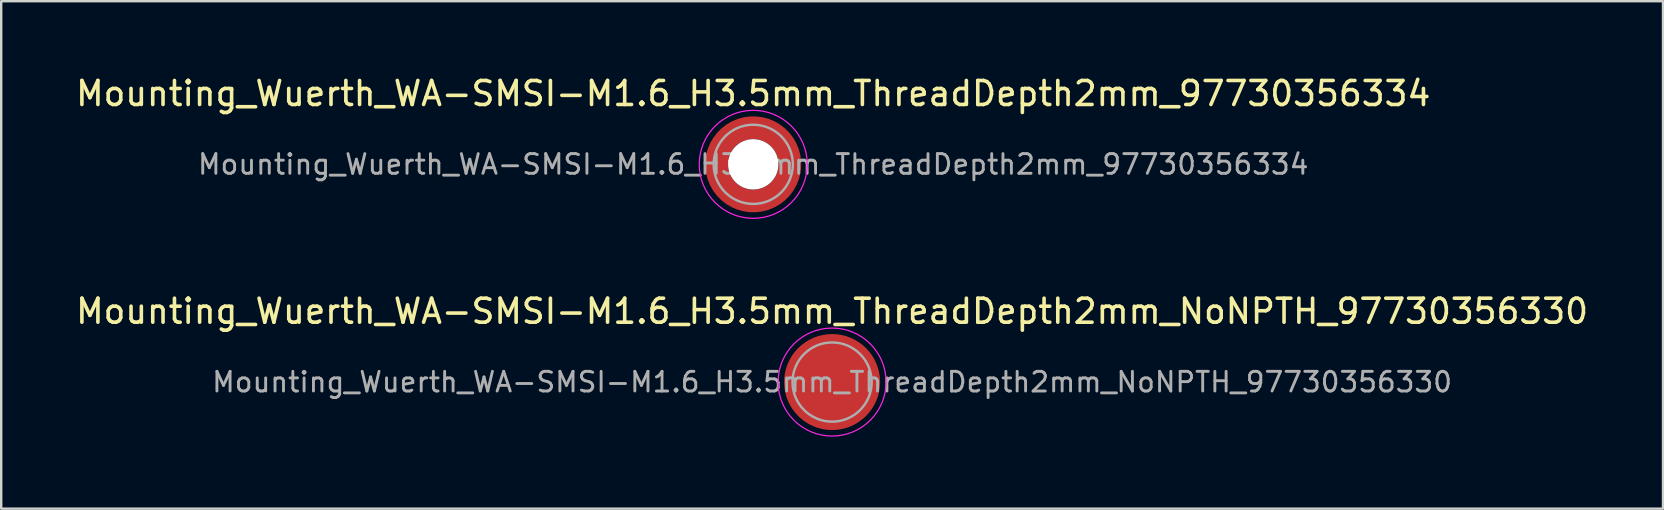
<source format=kicad_pcb>
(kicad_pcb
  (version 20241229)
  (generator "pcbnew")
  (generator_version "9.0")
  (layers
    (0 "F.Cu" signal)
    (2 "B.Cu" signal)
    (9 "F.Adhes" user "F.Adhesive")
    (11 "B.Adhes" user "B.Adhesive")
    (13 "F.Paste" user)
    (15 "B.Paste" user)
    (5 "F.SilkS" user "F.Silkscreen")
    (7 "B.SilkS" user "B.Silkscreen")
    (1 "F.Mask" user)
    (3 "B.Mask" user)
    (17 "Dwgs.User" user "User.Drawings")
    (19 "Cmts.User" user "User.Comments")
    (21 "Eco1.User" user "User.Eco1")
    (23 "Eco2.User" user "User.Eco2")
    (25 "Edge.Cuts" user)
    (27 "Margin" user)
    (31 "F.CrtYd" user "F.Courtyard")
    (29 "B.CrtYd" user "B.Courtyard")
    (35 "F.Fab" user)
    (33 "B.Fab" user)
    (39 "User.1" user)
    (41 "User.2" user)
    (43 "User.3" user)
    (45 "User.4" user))
  (footprint "Mounting_Wuerth_WA-SMSI-M1.6_H3.5mm_ThreadDepth2mm_NoNPTH_97730356330"
    (layer "F.Cu")
    (at 31.625 12.871)
    (property "Reference" "Mounting_Wuerth_WA-SMSI-M1.6_H3.5mm_ThreadDepth2mm_NoNPTH_97730356330" (at 0 -2.95 0) (layer "F.SilkS") (effects (font (size 1 1) (thickness 0.15))))
    (attr smd allow_soldermask_bridges)
    (fp_circle (center 0 0) (end 2.25 0) (stroke (width 0.05) (type solid)) (fill no) (layer "F.CrtYd"))
    (fp_circle (center 0 0) (end 1.65 0) (stroke (width 0.1) (type solid)) (fill no) (layer "F.Fab"))
    (fp_text user "${REFERENCE}" (at 0 0 0) (layer "F.Fab") (effects (font (size 0.82 0.82) (thickness 0.12))))
    (pad "" smd custom (at -0.778 -0.778) (size 0.8 0.8) (layers "F.Paste") (options (anchor circle)) (primitives (gr_arc (start 0.465568 0.527817) (mid 0.494975 0.494975) (end 0.527817 0.465568) (width 0.2)) (gr_arc (start 0.344805 0.527817) (mid 0.424264 0.424264) (end 0.527817 0.344805) (width 0.2)) (gr_arc (start 0.232382 0.527817) (mid 0.353553 0.353553) (end 0.527817 0.232382) (width 0.2)) (gr_arc (start 0.123983 0.527817) (mid 0.282843 0.282843) (end 0.527817 0.123983) (width 0.2)) (gr_arc (start 0.017883 0.527817) (mid 0.212132 0.212132) (end 0.527817 0.017883) (width 0.2)) (gr_arc (start -0.086763 0.527817) (mid 0.141421 0.141421) (end 0.527817 -0.086763) (width 0.2)) (gr_arc (start -0.190428 0.527817) (mid 0.070711 0.070711) (end 0.527817 -0.190428) (width 0.2)) (gr_arc (start -0.293397 0.527817) (mid 0 0) (end 0.527817 -0.293397) (width 0.2)) (gr_arc (start -0.395852 0.527817) (mid -0.070711 -0.070711) (end 0.527817 -0.395852) (width 0.2)) (gr_arc (start -0.497918 0.527817) (mid -0.141421 -0.141421) (end 0.527817 -0.497918) (width 0.2)) (gr_arc (start -0.59968 0.527817) (mid -0.212132 -0.212132) (end 0.527817 -0.59968) (width 0.2)) (gr_arc (start -0.701202 0.527817) (mid -0.282843 -0.282843) (end 0.527817 -0.701202) (width 0.2)) (gr_arc (start -0.802531 0.527817) (mid -0.353553 -0.353553) (end 0.527817 -0.802531) (width 0.2)) (gr_arc (start -0.9037 0.527817) (mid -0.424264 -0.424264) (end 0.527817 -0.9037) (width 0.2)) (gr_arc (start -1.004737 0.527817) (mid -0.494975 -0.494975) (end 0.527817 -1.004737) (width 0.2)) (gr_line (start 0.528 0.466) (end 0.528 -1.005) (width 0.2)) (gr_line (start 0.466 0.528) (end -1.005 0.528) (width 0.2))))
    (pad "" smd custom (at -0.778 0.778) (size 0.8 0.8) (layers "F.Paste") (options (anchor circle)) (primitives (gr_arc (start 0.527817 -0.465568) (mid 0.494975 -0.494975) (end 0.465568 -0.527817) (width 0.2)) (gr_arc (start 0.527817 -0.344805) (mid 0.424264 -0.424264) (end 0.344805 -0.527817) (width 0.2)) (gr_arc (start 0.527817 -0.232382) (mid 0.353553 -0.353553) (end 0.232382 -0.527817) (width 0.2)) (gr_arc (start 0.527817 -0.123983) (mid 0.282843 -0.282843) (end 0.123983 -0.527817) (width 0.2)) (gr_arc (start 0.527817 -0.017883) (mid 0.212132 -0.212132) (end 0.017883 -0.527817) (width 0.2)) (gr_arc (start 0.527817 0.086763) (mid 0.141421 -0.141421) (end -0.086763 -0.527817) (width 0.2)) (gr_arc (start 0.527817 0.190428) (mid 0.070711 -0.070711) (end -0.190428 -0.527817) (width 0.2)) (gr_arc (start 0.527817 0.293397) (mid 0 0) (end -0.293397 -0.527817) (width 0.2)) (gr_arc (start 0.527817 0.395852) (mid -0.070711 0.070711) (end -0.395852 -0.527817) (width 0.2)) (gr_arc (start 0.527817 0.497918) (mid -0.141421 0.141421) (end -0.497918 -0.527817) (width 0.2)) (gr_arc (start 0.527817 0.59968) (mid -0.212132 0.212132) (end -0.59968 -0.527817) (width 0.2)) (gr_arc (start 0.527817 0.701202) (mid -0.282843 0.282843) (end -0.701202 -0.527817) (width 0.2)) (gr_arc (start 0.527817 0.802531) (mid -0.353553 0.353553) (end -0.802531 -0.527817) (width 0.2)) (gr_arc (start 0.527817 0.9037) (mid -0.424264 0.424264) (end -0.9037 -0.527817) (width 0.2)) (gr_arc (start 0.527817 1.004737) (mid -0.494975 0.494975) (end -1.004737 -0.527817) (width 0.2)) (gr_line (start 0.466 -0.528) (end -1.005 -0.528) (width 0.2)) (gr_line (start 0.528 -0.466) (end 0.528 1.005) (width 0.2))))
    (pad "" smd custom (at 0.778 -0.778) (size 0.8 0.8) (layers "F.Paste") (options (anchor circle)) (primitives (gr_arc (start -0.527817 0.465568) (mid -0.494975 0.494975) (end -0.465568 0.527817) (width 0.2)) (gr_arc (start -0.527817 0.344805) (mid -0.424264 0.424264) (end -0.344805 0.527817) (width 0.2)) (gr_arc (start -0.527817 0.232382) (mid -0.353553 0.353553) (end -0.232382 0.527817) (width 0.2)) (gr_arc (start -0.527817 0.123983) (mid -0.282843 0.282843) (end -0.123983 0.527817) (width 0.2)) (gr_arc (start -0.527817 0.017883) (mid -0.212132 0.212132) (end -0.017883 0.527817) (width 0.2)) (gr_arc (start -0.527817 -0.086763) (mid -0.141421 0.141421) (end 0.086763 0.527817) (width 0.2)) (gr_arc (start -0.527817 -0.190428) (mid -0.070711 0.070711) (end 0.190428 0.527817) (width 0.2)) (gr_arc (start -0.527817 -0.293397) (mid 0 0) (end 0.293397 0.527817) (width 0.2)) (gr_arc (start -0.527817 -0.395852) (mid 0.070711 -0.070711) (end 0.395852 0.527817) (width 0.2)) (gr_arc (start -0.527817 -0.497918) (mid 0.141421 -0.141421) (end 0.497918 0.527817) (width 0.2)) (gr_arc (start -0.527817 -0.59968) (mid 0.212132 -0.212132) (end 0.59968 0.527817) (width 0.2)) (gr_arc (start -0.527817 -0.701202) (mid 0.282843 -0.282843) (end 0.701202 0.527817) (width 0.2)) (gr_arc (start -0.527817 -0.802531) (mid 0.353553 -0.353553) (end 0.802531 0.527817) (width 0.2)) (gr_arc (start -0.527817 -0.9037) (mid 0.424264 -0.424264) (end 0.9037 0.527817) (width 0.2)) (gr_arc (start -0.527817 -1.004737) (mid 0.494975 -0.494975) (end 1.004737 0.527817) (width 0.2)) (gr_line (start -0.466 0.528) (end 1.005 0.528) (width 0.2)) (gr_line (start -0.528 0.466) (end -0.528 -1.005) (width 0.2))))
    (pad "" smd custom (at 0.778 0.778) (size 0.8 0.8) (layers "F.Paste") (options (anchor circle)) (primitives (gr_arc (start -0.465568 -0.527817) (mid -0.494975 -0.494975) (end -0.527817 -0.465568) (width 0.2)) (gr_arc (start -0.344805 -0.527817) (mid -0.424264 -0.424264) (end -0.527817 -0.344805) (width 0.2)) (gr_arc (start -0.232382 -0.527817) (mid -0.353553 -0.353553) (end -0.527817 -0.232382) (width 0.2)) (gr_arc (start -0.123983 -0.527817) (mid -0.282843 -0.282843) (end -0.527817 -0.123983) (width 0.2)) (gr_arc (start -0.017883 -0.527817) (mid -0.212132 -0.212132) (end -0.527817 -0.017883) (width 0.2)) (gr_arc (start 0.086763 -0.527817) (mid -0.141421 -0.141421) (end -0.527817 0.086763) (width 0.2)) (gr_arc (start 0.190428 -0.527817) (mid -0.070711 -0.070711) (end -0.527817 0.190428) (width 0.2)) (gr_arc (start 0.293397 -0.527817) (mid 0 0) (end -0.527817 0.293397) (width 0.2)) (gr_arc (start 0.395852 -0.527817) (mid 0.070711 0.070711) (end -0.527817 0.395852) (width 0.2)) (gr_arc (start 0.497918 -0.527817) (mid 0.141421 0.141421) (end -0.527817 0.497918) (width 0.2)) (gr_arc (start 0.59968 -0.527817) (mid 0.212132 0.212132) (end -0.527817 0.59968) (width 0.2)) (gr_arc (start 0.701202 -0.527817) (mid 0.282843 0.282843) (end -0.527817 0.701202) (width 0.2)) (gr_arc (start 0.802531 -0.527817) (mid 0.353553 0.353553) (end -0.527817 0.802531) (width 0.2)) (gr_arc (start 0.9037 -0.527817) (mid 0.424264 0.424264) (end -0.527817 0.9037) (width 0.2)) (gr_arc (start 1.004737 -0.527817) (mid 0.494975 0.494975) (end -0.527817 1.004737) (width 0.2)) (gr_line (start -0.528 -0.466) (end -0.528 1.005) (width 0.2)) (gr_line (start -0.466 -0.528) (end 1.005 -0.528) (width 0.2))))
    (pad "1" smd circle (at 0 0) (size 4 4) (layers "F.Cu" "F.Mask")))
  (footprint "Mounting_Wuerth_WA-SMSI-M1.6_H3.5mm_ThreadDepth2mm_97730356334"
    (layer "F.Cu")
    (at 28.339 3.798)
    (property "Reference" "Mounting_Wuerth_WA-SMSI-M1.6_H3.5mm_ThreadDepth2mm_97730356334" (at 0 -2.95 0) (layer "F.SilkS") (effects (font (size 1 1) (thickness 0.15))))
    (attr smd allow_soldermask_bridges)
    (fp_circle (center 0 0) (end 2.25 0) (stroke (width 0.05) (type solid)) (fill no) (layer "F.CrtYd"))
    (fp_circle (center 0 0) (end 1.65 0) (stroke (width 0.1) (type solid)) (fill no) (layer "F.Fab"))
    (fp_text user "${REFERENCE}" (at 0 0 0) (layer "F.Fab") (effects (font (size 0.82 0.82) (thickness 0.12))))
    (pad "" smd custom (at -1.061 -1.061) (size 0.4 0.4) (layers "F.Paste") (options (anchor circle)) (primitives (gr_arc (start -0.101235 0.76066) (mid 0.212132 0.212132) (end 0.76066 -0.101235) (width 0.2)) (gr_arc (start -0.204251 0.76066) (mid 0.141421 0.141421) (end 0.76066 -0.204251) (width 0.2)) (gr_arc (start -0.306819 0.76066) (mid 0.070711 0.070711) (end 0.76066 -0.306819) (width 0.2)) (gr_arc (start -0.409034 0.76066) (mid 0 0) (end 0.76066 -0.409034) (width 0.2)) (gr_arc (start -0.510963 0.76066) (mid -0.070711 -0.070711) (end 0.76066 -0.510963) (width 0.2)) (gr_arc (start -0.61266 0.76066) (mid -0.141421 -0.141421) (end 0.76066 -0.61266) (width 0.2)) (gr_arc (start -0.714164 0.76066) (mid -0.212132 -0.212132) (end 0.76066 -0.714164) (width 0.2)) (gr_line (start 0.761 -0.101) (end 0.761 -0.714) (width 0.2)) (gr_line (start -0.101 0.761) (end -0.714 0.761) (width 0.2))))
    (pad "" smd custom (at -1.061 1.061) (size 0.4 0.4) (layers "F.Paste") (options (anchor circle)) (primitives (gr_arc (start 0.76066 0.101235) (mid 0.212132 -0.212132) (end -0.101235 -0.76066) (width 0.2)) (gr_arc (start 0.76066 0.204251) (mid 0.141421 -0.141421) (end -0.204251 -0.76066) (width 0.2)) (gr_arc (start 0.76066 0.306819) (mid 0.070711 -0.070711) (end -0.306819 -0.76066) (width 0.2)) (gr_arc (start 0.76066 0.409034) (mid 0 0) (end -0.409034 -0.76066) (width 0.2)) (gr_arc (start 0.76066 0.510963) (mid -0.070711 0.070711) (end -0.510963 -0.76066) (width 0.2)) (gr_arc (start 0.76066 0.61266) (mid -0.141421 0.141421) (end -0.61266 -0.76066) (width 0.2)) (gr_arc (start 0.76066 0.714164) (mid -0.212132 0.212132) (end -0.714164 -0.76066) (width 0.2)) (gr_line (start -0.101 -0.761) (end -0.714 -0.761) (width 0.2)) (gr_line (start 0.761 0.101) (end 0.761 0.714) (width 0.2))))
    (pad "" np_thru_hole circle (at 0 0) (size 2.1 2.1) (drill 2.1) (layers "*.Cu" "*.Mask"))
    (pad "" smd custom (at 1.061 -1.061) (size 0.4 0.4) (layers "F.Paste") (options (anchor circle)) (primitives (gr_arc (start -0.76066 -0.101235) (mid -0.212132 0.212132) (end 0.101235 0.76066) (width 0.2)) (gr_arc (start -0.76066 -0.204251) (mid -0.141421 0.141421) (end 0.204251 0.76066) (width 0.2)) (gr_arc (start -0.76066 -0.306819) (mid -0.070711 0.070711) (end 0.306819 0.76066) (width 0.2)) (gr_arc (start -0.76066 -0.409034) (mid 0 0) (end 0.409034 0.76066) (width 0.2)) (gr_arc (start -0.76066 -0.510963) (mid 0.070711 -0.070711) (end 0.510963 0.76066) (width 0.2)) (gr_arc (start -0.76066 -0.61266) (mid 0.141421 -0.141421) (end 0.61266 0.76066) (width 0.2)) (gr_arc (start -0.76066 -0.714164) (mid 0.212132 -0.212132) (end 0.714164 0.76066) (width 0.2)) (gr_line (start 0.101 0.761) (end 0.714 0.761) (width 0.2)) (gr_line (start -0.761 -0.101) (end -0.761 -0.714) (width 0.2))))
    (pad "" smd custom (at 1.061 1.061) (size 0.4 0.4) (layers "F.Paste") (options (anchor circle)) (primitives (gr_arc (start 0.101235 -0.76066) (mid -0.212132 -0.212132) (end -0.76066 0.101235) (width 0.2)) (gr_arc (start 0.204251 -0.76066) (mid -0.141421 -0.141421) (end -0.76066 0.204251) (width 0.2)) (gr_arc (start 0.306819 -0.76066) (mid -0.070711 -0.070711) (end -0.76066 0.306819) (width 0.2)) (gr_arc (start 0.409034 -0.76066) (mid 0 0) (end -0.76066 0.409034) (width 0.2)) (gr_arc (start 0.510963 -0.76066) (mid 0.070711 0.070711) (end -0.76066 0.510963) (width 0.2)) (gr_arc (start 0.61266 -0.76066) (mid 0.141421 0.141421) (end -0.76066 0.61266) (width 0.2)) (gr_arc (start 0.714164 -0.76066) (mid 0.212132 0.212132) (end -0.76066 0.714164) (width 0.2)) (gr_line (start -0.761 0.101) (end -0.761 0.714) (width 0.2)) (gr_line (start 0.101 -0.761) (end 0.714 -0.761) (width 0.2))))
    (pad "1" smd circle (at -1.525 0) (size 0.442 0.442) (layers "F.Cu"))
    (pad "1" smd circle (at 0 -1.525) (size 0.442 0.442) (layers "F.Cu"))
    (pad "1" smd circle (at 0 1.525) (size 0.442 0.442) (layers "F.Cu"))
    (pad "1" smd custom (at 1.525 0) (size 0.95 0.95) (layers "F.Cu" "F.Mask") (options (anchor circle)) (primitives (gr_circle (center -1.525 0) (end 0 0) (width 0.95) (fill no)))))
  (gr_rect
    (start -3 -3)
    (end 66.25 18.146)
    (stroke (width 0.1) (type default))
    (fill no)
    (layer "Edge.Cuts")))
</source>
